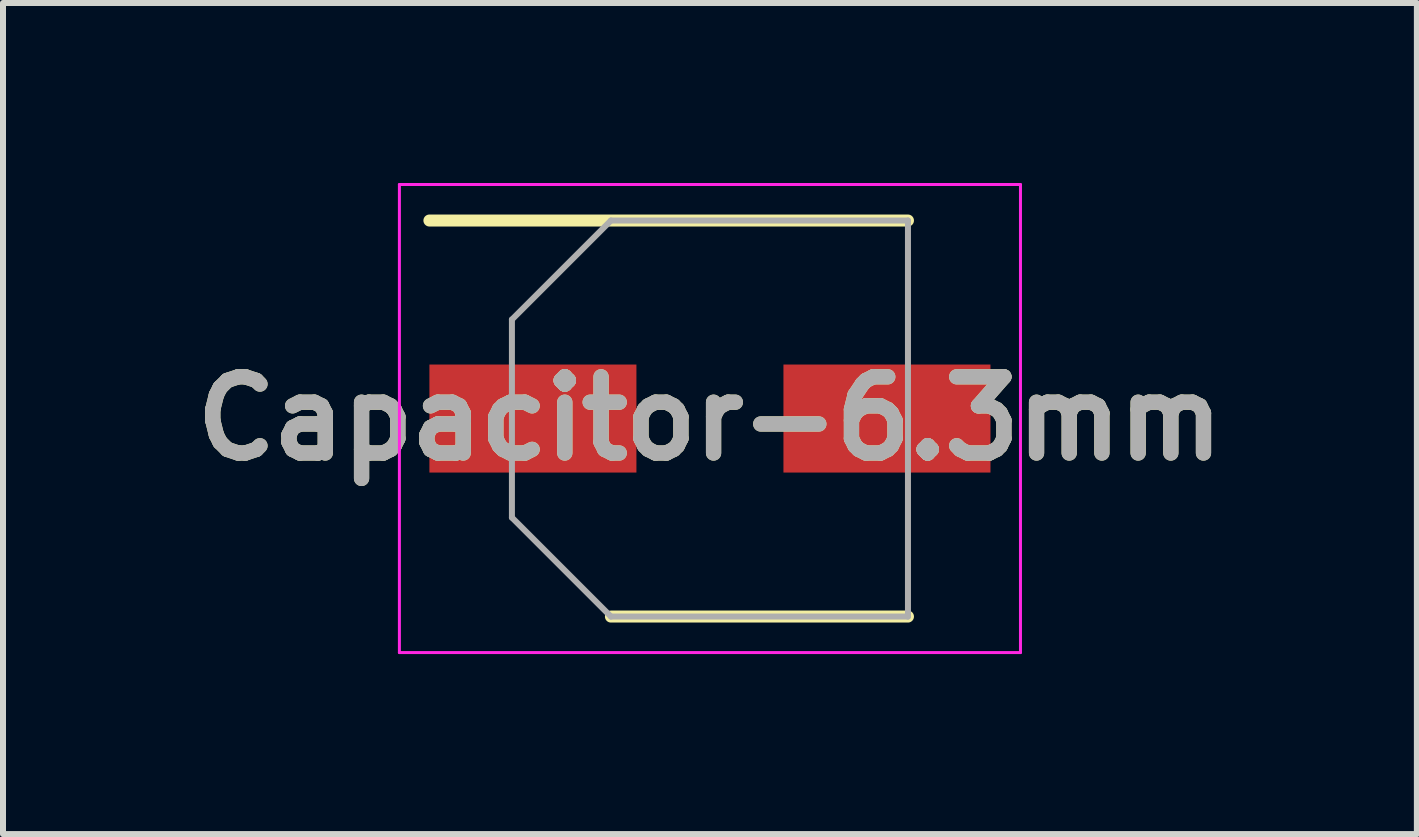
<source format=kicad_pcb>
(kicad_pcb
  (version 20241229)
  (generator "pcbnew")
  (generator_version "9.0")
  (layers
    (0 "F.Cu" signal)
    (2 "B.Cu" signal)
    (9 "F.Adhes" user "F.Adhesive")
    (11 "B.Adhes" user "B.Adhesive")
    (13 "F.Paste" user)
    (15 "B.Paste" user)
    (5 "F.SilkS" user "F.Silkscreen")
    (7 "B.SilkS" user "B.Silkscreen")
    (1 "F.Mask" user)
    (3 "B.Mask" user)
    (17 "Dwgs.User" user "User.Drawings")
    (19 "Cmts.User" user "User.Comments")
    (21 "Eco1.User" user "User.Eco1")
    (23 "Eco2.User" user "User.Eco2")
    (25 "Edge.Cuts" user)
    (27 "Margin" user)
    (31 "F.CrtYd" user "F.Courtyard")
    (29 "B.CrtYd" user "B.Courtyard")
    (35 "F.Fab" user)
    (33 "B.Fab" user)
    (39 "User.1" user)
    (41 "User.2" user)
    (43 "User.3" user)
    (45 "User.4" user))
  (footprint "Capacitor-6.3mm"
    (layer "F.Cu")
    (at 8.781 3.925)
    (property "Reference" "Capacitor-6.3mm" (at 0 0 0) (layer "F.SilkS") (effects (font (size 1.27 1.27) (thickness 0.254))))
    (attr smd)
    (fp_line (start -4.675 -3.3) (end 3.3 -3.3) (stroke (width 0.2) (type solid)) (layer "F.SilkS"))
    (fp_line (start -1.65 3.3) (end 3.3 3.3) (stroke (width 0.2) (type solid)) (layer "F.SilkS"))
    (fp_line (start -5.175 -3.9) (end 5.175 -3.9) (stroke (width 0.05) (type solid)) (layer "F.CrtYd"))
    (fp_line (start -5.175 3.9) (end -5.175 -3.9) (stroke (width 0.05) (type solid)) (layer "F.CrtYd"))
    (fp_line (start 5.175 -3.9) (end 5.175 3.9) (stroke (width 0.05) (type solid)) (layer "F.CrtYd"))
    (fp_line (start 5.175 3.9) (end -5.175 3.9) (stroke (width 0.05) (type solid)) (layer "F.CrtYd"))
    (fp_line (start -3.3 -1.65) (end -3.3 1.65) (stroke (width 0.1) (type solid)) (layer "F.Fab"))
    (fp_line (start -3.3 1.65) (end -1.65 3.3) (stroke (width 0.1) (type solid)) (layer "F.Fab"))
    (fp_line (start -1.65 -3.3) (end -3.3 -1.65) (stroke (width 0.1) (type solid)) (layer "F.Fab"))
    (fp_line (start -1.65 3.3) (end 3.3 3.3) (stroke (width 0.1) (type solid)) (layer "F.Fab"))
    (fp_line (start 3.3 -3.3) (end -1.65 -3.3) (stroke (width 0.1) (type solid)) (layer "F.Fab"))
    (fp_line (start 3.3 3.3) (end 3.3 -3.3) (stroke (width 0.1) (type solid)) (layer "F.Fab"))
    (fp_text user "${REFERENCE}" (at 0 0 0) (layer "F.Fab") (effects (font (size 1.27 1.27) (thickness 0.254))))
    (pad "1" smd rect (at -2.95 0 90) (size 1.8 3.45) (layers "F.Cu" "F.Mask" "F.Paste"))
    (pad "2" smd rect (at 2.95 0 90) (size 1.8 3.45) (layers "F.Cu" "F.Mask" "F.Paste")))
  (gr_rect
    (start -3 -3)
    (end 20.562 10.85)
    (stroke (width 0.1) (type default))
    (fill no)
    (layer "Edge.Cuts")))
</source>
